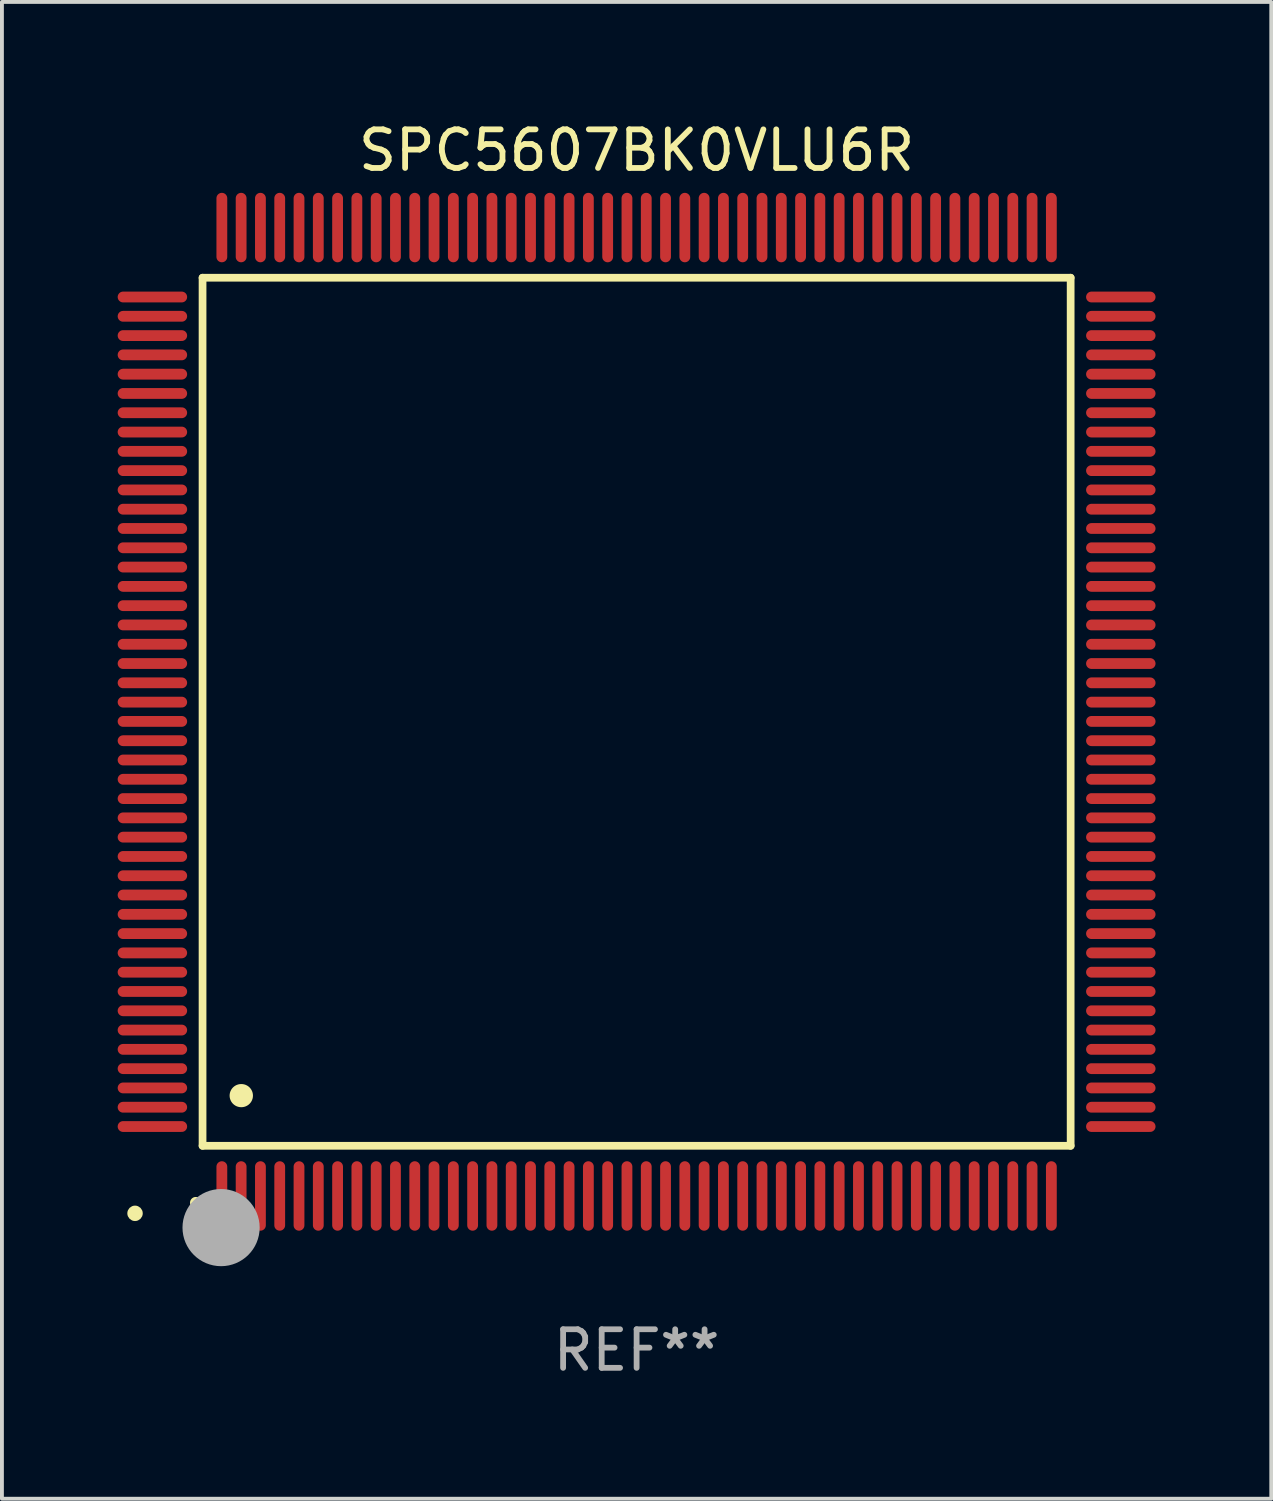
<source format=kicad_pcb>
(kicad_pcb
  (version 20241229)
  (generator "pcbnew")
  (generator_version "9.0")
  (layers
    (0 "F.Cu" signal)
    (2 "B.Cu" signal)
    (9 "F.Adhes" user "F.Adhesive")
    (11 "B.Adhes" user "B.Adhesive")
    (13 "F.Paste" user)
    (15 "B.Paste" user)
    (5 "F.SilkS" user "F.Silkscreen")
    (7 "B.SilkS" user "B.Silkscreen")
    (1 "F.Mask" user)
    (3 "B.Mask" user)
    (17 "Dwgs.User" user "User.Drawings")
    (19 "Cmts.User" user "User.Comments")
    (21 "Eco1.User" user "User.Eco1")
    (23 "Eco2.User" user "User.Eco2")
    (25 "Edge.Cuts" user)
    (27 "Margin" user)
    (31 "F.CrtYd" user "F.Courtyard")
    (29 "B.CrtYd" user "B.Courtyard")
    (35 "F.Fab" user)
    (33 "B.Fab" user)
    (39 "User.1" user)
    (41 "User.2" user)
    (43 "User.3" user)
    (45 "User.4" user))
  (footprint "SPC5607BK0VLU6R"
    (layer "F.Cu")
    (at 13.45 15.398)
    (property "Reference" "SPC5607BK0VLU6R" (at 0 -14.55 0) (layer "F.SilkS") (effects (font (size 1 1) (thickness 0.15))))
    (attr through_hole)
    (fp_line (start -11.25 -11.25) (end 11.25 -11.25) (stroke (width 0.2) (type solid)) (layer "F.SilkS"))
    (fp_line (start -11.25 11.25) (end -11.25 -11.25) (stroke (width 0.2) (type solid)) (layer "F.SilkS"))
    (fp_line (start 11.25 -11.25) (end 11.25 11.25) (stroke (width 0.2) (type solid)) (layer "F.SilkS"))
    (fp_line (start 11.25 11.25) (end -11.25 11.25) (stroke (width 0.2) (type solid)) (layer "F.SilkS"))
    (fp_arc (start -11.424943 12.725425) (mid -11.423673 12.72542) (end -11.422403 12.725425) (stroke (width 0.3) (type solid)) (layer "F.SilkS"))
    (fp_arc (start -10.24892 9.9492) (mid -10.24638 9.949189) (end -10.24384 9.9492) (stroke (width 0.6) (type solid)) (layer "F.SilkS"))
    (fp_circle (center -13 13) (end -12.9 13) (stroke (width 0.2) (type solid)) (fill no) (layer "F.SilkS"))
    (fp_circle (center -10.77 13.37) (end -10.27 13.37) (stroke (width 1) (type solid)) (fill no) (layer "F.Fab"))
    (fp_text user "REF**" (at 0 16.55 0) (layer "F.Fab") (effects (font (size 1 1) (thickness 0.15))))
    (pad "1" smd oval (at -10.75 12.55) (size 0.28 1.8) (layers "F.Cu" "F.Mask" "F.Paste"))
    (pad "2" smd oval (at -10.25 12.55) (size 0.28 1.8) (layers "F.Cu" "F.Mask" "F.Paste"))
    (pad "3" smd oval (at -9.75 12.55) (size 0.28 1.8) (layers "F.Cu" "F.Mask" "F.Paste"))
    (pad "4" smd oval (at -9.25 12.55) (size 0.28 1.8) (layers "F.Cu" "F.Mask" "F.Paste"))
    (pad "5" smd oval (at -8.75 12.55) (size 0.28 1.8) (layers "F.Cu" "F.Mask" "F.Paste"))
    (pad "6" smd oval (at -8.25 12.55) (size 0.28 1.8) (layers "F.Cu" "F.Mask" "F.Paste"))
    (pad "7" smd oval (at -7.75 12.55) (size 0.28 1.8) (layers "F.Cu" "F.Mask" "F.Paste"))
    (pad "8" smd oval (at -7.25 12.55) (size 0.28 1.8) (layers "F.Cu" "F.Mask" "F.Paste"))
    (pad "9" smd oval (at -6.75 12.55) (size 0.28 1.8) (layers "F.Cu" "F.Mask" "F.Paste"))
    (pad "10" smd oval (at -6.25 12.55) (size 0.28 1.8) (layers "F.Cu" "F.Mask" "F.Paste"))
    (pad "11" smd oval (at -5.75 12.55) (size 0.28 1.8) (layers "F.Cu" "F.Mask" "F.Paste"))
    (pad "12" smd oval (at -5.25 12.55) (size 0.28 1.8) (layers "F.Cu" "F.Mask" "F.Paste"))
    (pad "13" smd oval (at -4.75 12.55) (size 0.28 1.8) (layers "F.Cu" "F.Mask" "F.Paste"))
    (pad "14" smd oval (at -4.25 12.55) (size 0.28 1.8) (layers "F.Cu" "F.Mask" "F.Paste"))
    (pad "15" smd oval (at -3.75 12.55) (size 0.28 1.8) (layers "F.Cu" "F.Mask" "F.Paste"))
    (pad "16" smd oval (at -3.25 12.55) (size 0.28 1.8) (layers "F.Cu" "F.Mask" "F.Paste"))
    (pad "17" smd oval (at -2.75 12.55) (size 0.28 1.8) (layers "F.Cu" "F.Mask" "F.Paste"))
    (pad "18" smd oval (at -2.25 12.55) (size 0.28 1.8) (layers "F.Cu" "F.Mask" "F.Paste"))
    (pad "19" smd oval (at -1.75 12.55) (size 0.28 1.8) (layers "F.Cu" "F.Mask" "F.Paste"))
    (pad "20" smd oval (at -1.25 12.55) (size 0.28 1.8) (layers "F.Cu" "F.Mask" "F.Paste"))
    (pad "21" smd oval (at -0.75 12.55) (size 0.28 1.8) (layers "F.Cu" "F.Mask" "F.Paste"))
    (pad "22" smd oval (at -0.25 12.55) (size 0.28 1.8) (layers "F.Cu" "F.Mask" "F.Paste"))
    (pad "23" smd oval (at 0.25 12.55) (size 0.28 1.8) (layers "F.Cu" "F.Mask" "F.Paste"))
    (pad "24" smd oval (at 0.75 12.55) (size 0.28 1.8) (layers "F.Cu" "F.Mask" "F.Paste"))
    (pad "25" smd oval (at 1.25 12.55) (size 0.28 1.8) (layers "F.Cu" "F.Mask" "F.Paste"))
    (pad "26" smd oval (at 1.75 12.55) (size 0.28 1.8) (layers "F.Cu" "F.Mask" "F.Paste"))
    (pad "27" smd oval (at 2.25 12.55) (size 0.28 1.8) (layers "F.Cu" "F.Mask" "F.Paste"))
    (pad "28" smd oval (at 2.75 12.55) (size 0.28 1.8) (layers "F.Cu" "F.Mask" "F.Paste"))
    (pad "29" smd oval (at 3.25 12.55) (size 0.28 1.8) (layers "F.Cu" "F.Mask" "F.Paste"))
    (pad "30" smd oval (at 3.75 12.55) (size 0.28 1.8) (layers "F.Cu" "F.Mask" "F.Paste"))
    (pad "31" smd oval (at 4.25 12.55) (size 0.28 1.8) (layers "F.Cu" "F.Mask" "F.Paste"))
    (pad "32" smd oval (at 4.75 12.55) (size 0.28 1.8) (layers "F.Cu" "F.Mask" "F.Paste"))
    (pad "33" smd oval (at 5.25 12.55) (size 0.28 1.8) (layers "F.Cu" "F.Mask" "F.Paste"))
    (pad "34" smd oval (at 5.75 12.55) (size 0.28 1.8) (layers "F.Cu" "F.Mask" "F.Paste"))
    (pad "35" smd oval (at 6.25 12.55) (size 0.28 1.8) (layers "F.Cu" "F.Mask" "F.Paste"))
    (pad "36" smd oval (at 6.75 12.55) (size 0.28 1.8) (layers "F.Cu" "F.Mask" "F.Paste"))
    (pad "37" smd oval (at 7.25 12.55) (size 0.28 1.8) (layers "F.Cu" "F.Mask" "F.Paste"))
    (pad "38" smd oval (at 7.75 12.55) (size 0.28 1.8) (layers "F.Cu" "F.Mask" "F.Paste"))
    (pad "39" smd oval (at 8.25 12.55) (size 0.28 1.8) (layers "F.Cu" "F.Mask" "F.Paste"))
    (pad "40" smd oval (at 8.75 12.55) (size 0.28 1.8) (layers "F.Cu" "F.Mask" "F.Paste"))
    (pad "41" smd oval (at 9.25 12.55) (size 0.28 1.8) (layers "F.Cu" "F.Mask" "F.Paste"))
    (pad "42" smd oval (at 9.75 12.55) (size 0.28 1.8) (layers "F.Cu" "F.Mask" "F.Paste"))
    (pad "43" smd oval (at 10.25 12.55) (size 0.28 1.8) (layers "F.Cu" "F.Mask" "F.Paste"))
    (pad "44" smd oval (at 10.75 12.55) (size 0.28 1.8) (layers "F.Cu" "F.Mask" "F.Paste"))
    (pad "45" smd oval (at 12.55 10.75) (size 1.8 0.28) (layers "F.Cu" "F.Mask" "F.Paste"))
    (pad "46" smd oval (at 12.55 10.25) (size 1.8 0.28) (layers "F.Cu" "F.Mask" "F.Paste"))
    (pad "47" smd oval (at 12.55 9.75) (size 1.8 0.28) (layers "F.Cu" "F.Mask" "F.Paste"))
    (pad "48" smd oval (at 12.55 9.25) (size 1.8 0.28) (layers "F.Cu" "F.Mask" "F.Paste"))
    (pad "49" smd oval (at 12.55 8.75) (size 1.8 0.28) (layers "F.Cu" "F.Mask" "F.Paste"))
    (pad "50" smd oval (at 12.55 8.25) (size 1.8 0.28) (layers "F.Cu" "F.Mask" "F.Paste"))
    (pad "51" smd oval (at 12.55 7.75) (size 1.8 0.28) (layers "F.Cu" "F.Mask" "F.Paste"))
    (pad "52" smd oval (at 12.55 7.25) (size 1.8 0.28) (layers "F.Cu" "F.Mask" "F.Paste"))
    (pad "53" smd oval (at 12.55 6.75) (size 1.8 0.28) (layers "F.Cu" "F.Mask" "F.Paste"))
    (pad "54" smd oval (at 12.55 6.25) (size 1.8 0.28) (layers "F.Cu" "F.Mask" "F.Paste"))
    (pad "55" smd oval (at 12.55 5.75) (size 1.8 0.28) (layers "F.Cu" "F.Mask" "F.Paste"))
    (pad "56" smd oval (at 12.55 5.25) (size 1.8 0.28) (layers "F.Cu" "F.Mask" "F.Paste"))
    (pad "57" smd oval (at 12.55 4.75) (size 1.8 0.28) (layers "F.Cu" "F.Mask" "F.Paste"))
    (pad "58" smd oval (at 12.55 4.25) (size 1.8 0.28) (layers "F.Cu" "F.Mask" "F.Paste"))
    (pad "59" smd oval (at 12.55 3.75) (size 1.8 0.28) (layers "F.Cu" "F.Mask" "F.Paste"))
    (pad "60" smd oval (at 12.55 3.25) (size 1.8 0.28) (layers "F.Cu" "F.Mask" "F.Paste"))
    (pad "61" smd oval (at 12.55 2.75) (size 1.8 0.28) (layers "F.Cu" "F.Mask" "F.Paste"))
    (pad "62" smd oval (at 12.55 2.25) (size 1.8 0.28) (layers "F.Cu" "F.Mask" "F.Paste"))
    (pad "63" smd oval (at 12.55 1.75) (size 1.8 0.28) (layers "F.Cu" "F.Mask" "F.Paste"))
    (pad "64" smd oval (at 12.55 1.25) (size 1.8 0.28) (layers "F.Cu" "F.Mask" "F.Paste"))
    (pad "65" smd oval (at 12.55 0.75) (size 1.8 0.28) (layers "F.Cu" "F.Mask" "F.Paste"))
    (pad "66" smd oval (at 12.55 0.25) (size 1.8 0.28) (layers "F.Cu" "F.Mask" "F.Paste"))
    (pad "67" smd oval (at 12.55 -0.25) (size 1.8 0.28) (layers "F.Cu" "F.Mask" "F.Paste"))
    (pad "68" smd oval (at 12.55 -0.75) (size 1.8 0.28) (layers "F.Cu" "F.Mask" "F.Paste"))
    (pad "69" smd oval (at 12.55 -1.25) (size 1.8 0.28) (layers "F.Cu" "F.Mask" "F.Paste"))
    (pad "70" smd oval (at 12.55 -1.75) (size 1.8 0.28) (layers "F.Cu" "F.Mask" "F.Paste"))
    (pad "71" smd oval (at 12.55 -2.25) (size 1.8 0.28) (layers "F.Cu" "F.Mask" "F.Paste"))
    (pad "72" smd oval (at 12.55 -2.75) (size 1.8 0.28) (layers "F.Cu" "F.Mask" "F.Paste"))
    (pad "73" smd oval (at 12.55 -3.25) (size 1.8 0.28) (layers "F.Cu" "F.Mask" "F.Paste"))
    (pad "74" smd oval (at 12.55 -3.75) (size 1.8 0.28) (layers "F.Cu" "F.Mask" "F.Paste"))
    (pad "75" smd oval (at 12.55 -4.25) (size 1.8 0.28) (layers "F.Cu" "F.Mask" "F.Paste"))
    (pad "76" smd oval (at 12.55 -4.75) (size 1.8 0.28) (layers "F.Cu" "F.Mask" "F.Paste"))
    (pad "77" smd oval (at 12.55 -5.25) (size 1.8 0.28) (layers "F.Cu" "F.Mask" "F.Paste"))
    (pad "78" smd oval (at 12.55 -5.75) (size 1.8 0.28) (layers "F.Cu" "F.Mask" "F.Paste"))
    (pad "79" smd oval (at 12.55 -6.25) (size 1.8 0.28) (layers "F.Cu" "F.Mask" "F.Paste"))
    (pad "80" smd oval (at 12.55 -6.75) (size 1.8 0.28) (layers "F.Cu" "F.Mask" "F.Paste"))
    (pad "81" smd oval (at 12.55 -7.25) (size 1.8 0.28) (layers "F.Cu" "F.Mask" "F.Paste"))
    (pad "82" smd oval (at 12.55 -7.75) (size 1.8 0.28) (layers "F.Cu" "F.Mask" "F.Paste"))
    (pad "83" smd oval (at 12.55 -8.25) (size 1.8 0.28) (layers "F.Cu" "F.Mask" "F.Paste"))
    (pad "84" smd oval (at 12.55 -8.75) (size 1.8 0.28) (layers "F.Cu" "F.Mask" "F.Paste"))
    (pad "85" smd oval (at 12.55 -9.25) (size 1.8 0.28) (layers "F.Cu" "F.Mask" "F.Paste"))
    (pad "86" smd oval (at 12.55 -9.75) (size 1.8 0.28) (layers "F.Cu" "F.Mask" "F.Paste"))
    (pad "87" smd oval (at 12.55 -10.25) (size 1.8 0.28) (layers "F.Cu" "F.Mask" "F.Paste"))
    (pad "88" smd oval (at 12.55 -10.75) (size 1.8 0.28) (layers "F.Cu" "F.Mask" "F.Paste"))
    (pad "89" smd oval (at 10.75 -12.55) (size 0.28 1.8) (layers "F.Cu" "F.Mask" "F.Paste"))
    (pad "90" smd oval (at 10.25 -12.55) (size 0.28 1.8) (layers "F.Cu" "F.Mask" "F.Paste"))
    (pad "91" smd oval (at 9.75 -12.55) (size 0.28 1.8) (layers "F.Cu" "F.Mask" "F.Paste"))
    (pad "92" smd oval (at 9.25 -12.55) (size 0.28 1.8) (layers "F.Cu" "F.Mask" "F.Paste"))
    (pad "93" smd oval (at 8.75 -12.55) (size 0.28 1.8) (layers "F.Cu" "F.Mask" "F.Paste"))
    (pad "94" smd oval (at 8.25 -12.55) (size 0.28 1.8) (layers "F.Cu" "F.Mask" "F.Paste"))
    (pad "95" smd oval (at 7.75 -12.55) (size 0.28 1.8) (layers "F.Cu" "F.Mask" "F.Paste"))
    (pad "96" smd oval (at 7.25 -12.55) (size 0.28 1.8) (layers "F.Cu" "F.Mask" "F.Paste"))
    (pad "97" smd oval (at 6.75 -12.55) (size 0.28 1.8) (layers "F.Cu" "F.Mask" "F.Paste"))
    (pad "98" smd oval (at 6.25 -12.55) (size 0.28 1.8) (layers "F.Cu" "F.Mask" "F.Paste"))
    (pad "99" smd oval (at 5.75 -12.55) (size 0.28 1.8) (layers "F.Cu" "F.Mask" "F.Paste"))
    (pad "100" smd oval (at 5.25 -12.55) (size 0.28 1.8) (layers "F.Cu" "F.Mask" "F.Paste"))
    (pad "101" smd oval (at 4.75 -12.55) (size 0.28 1.8) (layers "F.Cu" "F.Mask" "F.Paste"))
    (pad "102" smd oval (at 4.25 -12.55) (size 0.28 1.8) (layers "F.Cu" "F.Mask" "F.Paste"))
    (pad "103" smd oval (at 3.75 -12.55) (size 0.28 1.8) (layers "F.Cu" "F.Mask" "F.Paste"))
    (pad "104" smd oval (at 3.25 -12.55) (size 0.28 1.8) (layers "F.Cu" "F.Mask" "F.Paste"))
    (pad "105" smd oval (at 2.75 -12.55) (size 0.28 1.8) (layers "F.Cu" "F.Mask" "F.Paste"))
    (pad "106" smd oval (at 2.25 -12.55) (size 0.28 1.8) (layers "F.Cu" "F.Mask" "F.Paste"))
    (pad "107" smd oval (at 1.75 -12.55) (size 0.28 1.8) (layers "F.Cu" "F.Mask" "F.Paste"))
    (pad "108" smd oval (at 1.25 -12.55) (size 0.28 1.8) (layers "F.Cu" "F.Mask" "F.Paste"))
    (pad "109" smd oval (at 0.75 -12.55) (size 0.28 1.8) (layers "F.Cu" "F.Mask" "F.Paste"))
    (pad "110" smd oval (at 0.25 -12.55) (size 0.28 1.8) (layers "F.Cu" "F.Mask" "F.Paste"))
    (pad "111" smd oval (at -0.25 -12.55) (size 0.28 1.8) (layers "F.Cu" "F.Mask" "F.Paste"))
    (pad "112" smd oval (at -0.75 -12.55) (size 0.28 1.8) (layers "F.Cu" "F.Mask" "F.Paste"))
    (pad "113" smd oval (at -1.25 -12.55) (size 0.28 1.8) (layers "F.Cu" "F.Mask" "F.Paste"))
    (pad "114" smd oval (at -1.75 -12.55) (size 0.28 1.8) (layers "F.Cu" "F.Mask" "F.Paste"))
    (pad "115" smd oval (at -2.25 -12.55) (size 0.28 1.8) (layers "F.Cu" "F.Mask" "F.Paste"))
    (pad "116" smd oval (at -2.75 -12.55) (size 0.28 1.8) (layers "F.Cu" "F.Mask" "F.Paste"))
    (pad "117" smd oval (at -3.25 -12.55) (size 0.28 1.8) (layers "F.Cu" "F.Mask" "F.Paste"))
    (pad "118" smd oval (at -3.75 -12.55) (size 0.28 1.8) (layers "F.Cu" "F.Mask" "F.Paste"))
    (pad "119" smd oval (at -4.25 -12.55) (size 0.28 1.8) (layers "F.Cu" "F.Mask" "F.Paste"))
    (pad "120" smd oval (at -4.75 -12.55) (size 0.28 1.8) (layers "F.Cu" "F.Mask" "F.Paste"))
    (pad "121" smd oval (at -5.25 -12.55) (size 0.28 1.8) (layers "F.Cu" "F.Mask" "F.Paste"))
    (pad "122" smd oval (at -5.75 -12.55) (size 0.28 1.8) (layers "F.Cu" "F.Mask" "F.Paste"))
    (pad "123" smd oval (at -6.25 -12.55) (size 0.28 1.8) (layers "F.Cu" "F.Mask" "F.Paste"))
    (pad "124" smd oval (at -6.75 -12.55) (size 0.28 1.8) (layers "F.Cu" "F.Mask" "F.Paste"))
    (pad "125" smd oval (at -7.25 -12.55) (size 0.28 1.8) (layers "F.Cu" "F.Mask" "F.Paste"))
    (pad "126" smd oval (at -7.75 -12.55) (size 0.28 1.8) (layers "F.Cu" "F.Mask" "F.Paste"))
    (pad "127" smd oval (at -8.25 -12.55) (size 0.28 1.8) (layers "F.Cu" "F.Mask" "F.Paste"))
    (pad "128" smd oval (at -8.75 -12.55) (size 0.28 1.8) (layers "F.Cu" "F.Mask" "F.Paste"))
    (pad "129" smd oval (at -9.25 -12.55) (size 0.28 1.8) (layers "F.Cu" "F.Mask" "F.Paste"))
    (pad "130" smd oval (at -9.75 -12.55) (size 0.28 1.8) (layers "F.Cu" "F.Mask" "F.Paste"))
    (pad "131" smd oval (at -10.25 -12.55) (size 0.28 1.8) (layers "F.Cu" "F.Mask" "F.Paste"))
    (pad "132" smd oval (at -10.75 -12.55) (size 0.28 1.8) (layers "F.Cu" "F.Mask" "F.Paste"))
    (pad "133" smd oval (at -12.55 -10.75) (size 1.8 0.28) (layers "F.Cu" "F.Mask" "F.Paste"))
    (pad "134" smd oval (at -12.55 -10.25) (size 1.8 0.28) (layers "F.Cu" "F.Mask" "F.Paste"))
    (pad "135" smd oval (at -12.55 -9.75) (size 1.8 0.28) (layers "F.Cu" "F.Mask" "F.Paste"))
    (pad "136" smd oval (at -12.55 -9.25) (size 1.8 0.28) (layers "F.Cu" "F.Mask" "F.Paste"))
    (pad "137" smd oval (at -12.55 -8.75) (size 1.8 0.28) (layers "F.Cu" "F.Mask" "F.Paste"))
    (pad "138" smd oval (at -12.55 -8.25) (size 1.8 0.28) (layers "F.Cu" "F.Mask" "F.Paste"))
    (pad "139" smd oval (at -12.55 -7.75) (size 1.8 0.28) (layers "F.Cu" "F.Mask" "F.Paste"))
    (pad "140" smd oval (at -12.55 -7.25) (size 1.8 0.28) (layers "F.Cu" "F.Mask" "F.Paste"))
    (pad "141" smd oval (at -12.55 -6.75) (size 1.8 0.28) (layers "F.Cu" "F.Mask" "F.Paste"))
    (pad "142" smd oval (at -12.55 -6.25) (size 1.8 0.28) (layers "F.Cu" "F.Mask" "F.Paste"))
    (pad "143" smd oval (at -12.55 -5.75) (size 1.8 0.28) (layers "F.Cu" "F.Mask" "F.Paste"))
    (pad "144" smd oval (at -12.55 -5.25) (size 1.8 0.28) (layers "F.Cu" "F.Mask" "F.Paste"))
    (pad "145" smd oval (at -12.55 -4.75) (size 1.8 0.28) (layers "F.Cu" "F.Mask" "F.Paste"))
    (pad "146" smd oval (at -12.55 -4.25) (size 1.8 0.28) (layers "F.Cu" "F.Mask" "F.Paste"))
    (pad "147" smd oval (at -12.55 -3.75) (size 1.8 0.28) (layers "F.Cu" "F.Mask" "F.Paste"))
    (pad "148" smd oval (at -12.55 -3.25) (size 1.8 0.28) (layers "F.Cu" "F.Mask" "F.Paste"))
    (pad "149" smd oval (at -12.55 -2.75) (size 1.8 0.28) (layers "F.Cu" "F.Mask" "F.Paste"))
    (pad "150" smd oval (at -12.55 -2.25) (size 1.8 0.28) (layers "F.Cu" "F.Mask" "F.Paste"))
    (pad "151" smd oval (at -12.55 -1.75) (size 1.8 0.28) (layers "F.Cu" "F.Mask" "F.Paste"))
    (pad "152" smd oval (at -12.55 -1.25) (size 1.8 0.28) (layers "F.Cu" "F.Mask" "F.Paste"))
    (pad "153" smd oval (at -12.55 -0.75) (size 1.8 0.28) (layers "F.Cu" "F.Mask" "F.Paste"))
    (pad "154" smd oval (at -12.55 -0.25) (size 1.8 0.28) (layers "F.Cu" "F.Mask" "F.Paste"))
    (pad "155" smd oval (at -12.55 0.25) (size 1.8 0.28) (layers "F.Cu" "F.Mask" "F.Paste"))
    (pad "156" smd oval (at -12.55 0.75) (size 1.8 0.28) (layers "F.Cu" "F.Mask" "F.Paste"))
    (pad "157" smd oval (at -12.55 1.25) (size 1.8 0.28) (layers "F.Cu" "F.Mask" "F.Paste"))
    (pad "158" smd oval (at -12.55 1.75) (size 1.8 0.28) (layers "F.Cu" "F.Mask" "F.Paste"))
    (pad "159" smd oval (at -12.55 2.25) (size 1.8 0.28) (layers "F.Cu" "F.Mask" "F.Paste"))
    (pad "160" smd oval (at -12.55 2.75) (size 1.8 0.28) (layers "F.Cu" "F.Mask" "F.Paste"))
    (pad "161" smd oval (at -12.55 3.25) (size 1.8 0.28) (layers "F.Cu" "F.Mask" "F.Paste"))
    (pad "162" smd oval (at -12.55 3.75) (size 1.8 0.28) (layers "F.Cu" "F.Mask" "F.Paste"))
    (pad "163" smd oval (at -12.55 4.25) (size 1.8 0.28) (layers "F.Cu" "F.Mask" "F.Paste"))
    (pad "164" smd oval (at -12.55 4.75) (size 1.8 0.28) (layers "F.Cu" "F.Mask" "F.Paste"))
    (pad "165" smd oval (at -12.55 5.25) (size 1.8 0.28) (layers "F.Cu" "F.Mask" "F.Paste"))
    (pad "166" smd oval (at -12.55 5.75) (size 1.8 0.28) (layers "F.Cu" "F.Mask" "F.Paste"))
    (pad "167" smd oval (at -12.55 6.25) (size 1.8 0.28) (layers "F.Cu" "F.Mask" "F.Paste"))
    (pad "168" smd oval (at -12.55 6.75) (size 1.8 0.28) (layers "F.Cu" "F.Mask" "F.Paste"))
    (pad "169" smd oval (at -12.55 7.25) (size 1.8 0.28) (layers "F.Cu" "F.Mask" "F.Paste"))
    (pad "170" smd oval (at -12.55 7.75) (size 1.8 0.28) (layers "F.Cu" "F.Mask" "F.Paste"))
    (pad "171" smd oval (at -12.55 8.25) (size 1.8 0.28) (layers "F.Cu" "F.Mask" "F.Paste"))
    (pad "172" smd oval (at -12.55 8.75) (size 1.8 0.28) (layers "F.Cu" "F.Mask" "F.Paste"))
    (pad "173" smd oval (at -12.55 9.25) (size 1.8 0.28) (layers "F.Cu" "F.Mask" "F.Paste"))
    (pad "174" smd oval (at -12.55 9.75) (size 1.8 0.28) (layers "F.Cu" "F.Mask" "F.Paste"))
    (pad "175" smd oval (at -12.55 10.25) (size 1.8 0.28) (layers "F.Cu" "F.Mask" "F.Paste"))
    (pad "176" smd oval (at -12.55 10.75) (size 1.8 0.28) (layers "F.Cu" "F.Mask" "F.Paste")))
  (gr_rect
    (start -3 -3)
    (end 29.9 35.796)
    (stroke (width 0.1) (type default))
    (fill no)
    (layer "Edge.Cuts")))
</source>
